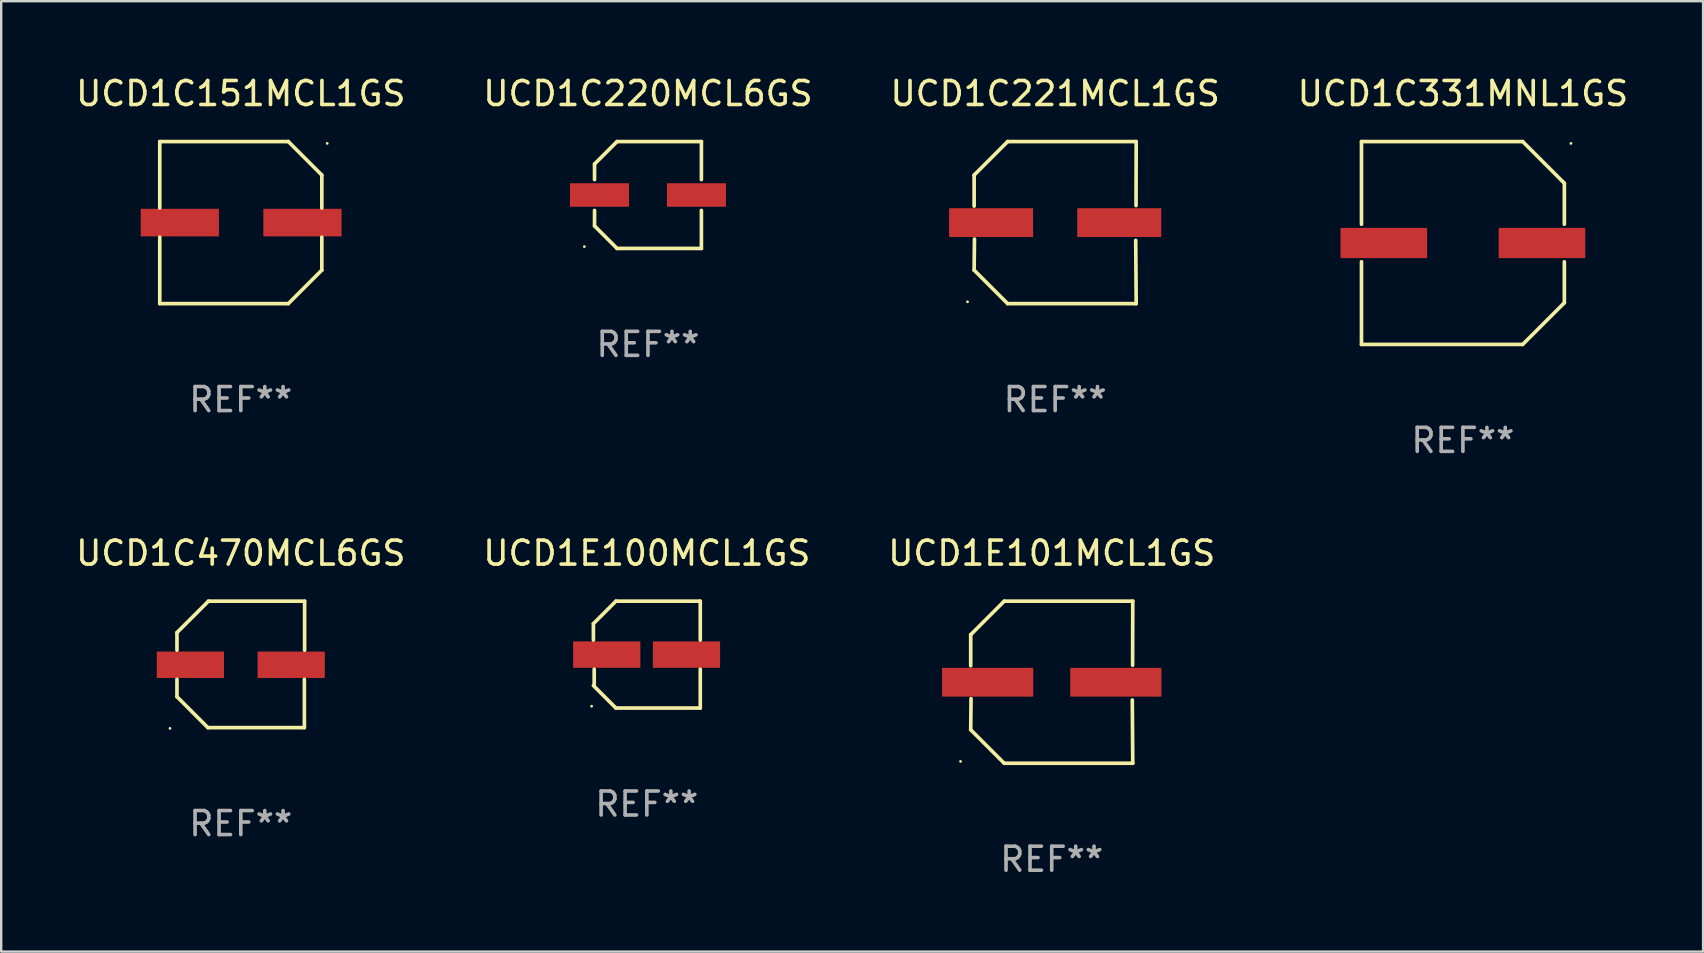
<source format=kicad_pcb>
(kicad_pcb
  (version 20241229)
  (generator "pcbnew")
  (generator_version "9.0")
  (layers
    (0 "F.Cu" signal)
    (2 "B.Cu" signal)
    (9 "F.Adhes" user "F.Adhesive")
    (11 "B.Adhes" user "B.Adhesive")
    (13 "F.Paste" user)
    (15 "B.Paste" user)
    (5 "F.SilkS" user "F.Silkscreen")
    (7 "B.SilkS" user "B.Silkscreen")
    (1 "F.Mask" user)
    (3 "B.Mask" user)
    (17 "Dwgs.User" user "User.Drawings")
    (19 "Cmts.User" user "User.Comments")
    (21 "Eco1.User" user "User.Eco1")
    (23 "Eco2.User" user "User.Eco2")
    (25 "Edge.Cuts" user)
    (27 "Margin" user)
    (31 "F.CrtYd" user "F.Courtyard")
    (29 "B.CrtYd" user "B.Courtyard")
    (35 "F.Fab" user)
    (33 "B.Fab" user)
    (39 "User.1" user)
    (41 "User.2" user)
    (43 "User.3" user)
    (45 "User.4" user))
  (footprint "UCD1C331MNL1GS"
    (layer "F.Cu")
    (at 57.899 7.074)
    (property "Reference" "UCD1C331MNL1GS" (at 0 -6.226 0) (layer "F.SilkS") (effects (font (size 1 1) (thickness 0.15))))
    (attr through_hole)
    (fp_line (start -4.226 -4.226) (end 2.49 -4.226) (stroke (width 0.152) (type solid)) (layer "F.SilkS"))
    (fp_line (start -4.226 -0.782) (end -4.226 -4.226) (stroke (width 0.152) (type solid)) (layer "F.SilkS"))
    (fp_line (start -4.226 0.782) (end -4.226 4.226) (stroke (width 0.152) (type solid)) (layer "F.SilkS"))
    (fp_line (start -4.226 4.226) (end 2.49 4.226) (stroke (width 0.152) (type solid)) (layer "F.SilkS"))
    (fp_line (start 2.49 -4.226) (end 4.226 -2.49) (stroke (width 0.152) (type solid)) (layer "F.SilkS"))
    (fp_line (start 2.49 4.226) (end 4.226 2.49) (stroke (width 0.152) (type solid)) (layer "F.SilkS"))
    (fp_line (start 4.226 -2.49) (end 4.226 -0.782) (stroke (width 0.152) (type solid)) (layer "F.SilkS"))
    (fp_line (start 4.226 2.49) (end 4.226 0.782) (stroke (width 0.152) (type solid)) (layer "F.SilkS"))
    (fp_circle (center 4.5 -4.15) (end 4.53 -4.15) (stroke (width 0.06) (type solid)) (fill no) (layer "F.SilkS"))
    (fp_text user "REF**" (at 0 8.226 0) (layer "F.Fab") (effects (font (size 1 1) (thickness 0.15))))
    (pad "1" smd rect (at 3.295 0 180) (size 3.61 1.26) (layers "F.Cu" "F.Mask" "F.Paste"))
    (pad "2" smd rect (at -3.295 0 180) (size 3.61 1.26) (layers "F.Cu" "F.Mask" "F.Paste")))
  (footprint "UCD1C221MCL1GS"
    (layer "F.Cu")
    (at 40.911 6.224)
    (property "Reference" "UCD1C221MCL1GS" (at 0 -5.376 0) (layer "F.SilkS") (effects (font (size 1 1) (thickness 0.15))))
    (attr through_hole)
    (fp_line (start -3.376 -1.98) (end -3.376 -0.686) (stroke (width 0.152) (type solid)) (layer "F.SilkS"))
    (fp_line (start -3.376 1.981) (end -3.362 0.686) (stroke (width 0.152) (type solid)) (layer "F.SilkS"))
    (fp_line (start -1.981 3.376) (end -3.376 1.981) (stroke (width 0.152) (type solid)) (layer "F.SilkS"))
    (fp_line (start -1.98 -3.376) (end -3.376 -1.98) (stroke (width 0.152) (type solid)) (layer "F.SilkS"))
    (fp_line (start 3.356 0.74) (end 3.376 3.376) (stroke (width 0.152) (type solid)) (layer "F.SilkS"))
    (fp_line (start 3.369 -0.707) (end 3.376 -3.376) (stroke (width 0.152) (type solid)) (layer "F.SilkS"))
    (fp_line (start 3.376 3.376) (end -1.981 3.376) (stroke (width 0.152) (type solid)) (layer "F.SilkS"))
    (fp_line (start 3.376 -3.376) (end -1.98 -3.376) (stroke (width 0.152) (type solid)) (layer "F.SilkS"))
    (fp_circle (center -3.652 3.3) (end -3.622 3.3) (stroke (width 0.06) (type solid)) (fill no) (layer "F.SilkS"))
    (fp_text user "REF**" (at 0 7.376 0) (layer "F.Fab") (effects (font (size 1 1) (thickness 0.15))))
    (pad "1" smd rect (at -2.67 0.000229) (size 3.5 1.2) (layers "F.Cu" "F.Mask" "F.Paste"))
    (pad "2" smd rect (at 2.67 0.000229) (size 3.5 1.2) (layers "F.Cu" "F.Mask" "F.Paste")))
  (footprint "UCD1C470MCL6GS"
    (layer "F.Cu")
    (at 6.982 24.631)
    (property "Reference" "UCD1C470MCL6GS" (at 0 -4.634 0) (layer "F.SilkS") (effects (font (size 1 1) (thickness 0.15))))
    (attr through_hole)
    (fp_line (start -2.659 -1.326) (end -2.659 -0.592) (stroke (width 0.152) (type solid)) (layer "F.SilkS"))
    (fp_line (start -2.659 1.346) (end -2.659 0.622) (stroke (width 0.152) (type solid)) (layer "F.SilkS"))
    (fp_line (start -1.372 2.634) (end -2.659 1.346) (stroke (width 0.152) (type solid)) (layer "F.SilkS"))
    (fp_line (start -1.349 -2.634) (end -2.659 -1.326) (stroke (width 0.152) (type solid)) (layer "F.SilkS"))
    (fp_line (start 2.649 0.622) (end 2.649 2.634) (stroke (width 0.152) (type solid)) (layer "F.SilkS"))
    (fp_line (start 2.649 2.634) (end -1.372 2.634) (stroke (width 0.152) (type solid)) (layer "F.SilkS"))
    (fp_line (start 2.659 -2.634) (end -1.349 -2.634) (stroke (width 0.152) (type solid)) (layer "F.SilkS"))
    (fp_line (start 2.659 -0.592) (end 2.659 -2.634) (stroke (width 0.152) (type solid)) (layer "F.SilkS"))
    (fp_circle (center -2.95 2.665) (end -2.92 2.665) (stroke (width 0.06) (type solid)) (fill no) (layer "F.SilkS"))
    (fp_text user "REF**" (at 0 6.634 0) (layer "F.Fab") (effects (font (size 1 1) (thickness 0.15))))
    (pad "1" smd rect (at -2.1 0.015) (size 2.8 1.1) (layers "F.Cu" "F.Mask" "F.Paste"))
    (pad "2" smd rect (at 2.1 0.015) (size 2.8 1.1) (layers "F.Cu" "F.Mask" "F.Paste")))
  (footprint "UCD1C151MCL1GS"
    (layer "F.Cu")
    (at 6.982 6.224)
    (property "Reference" "UCD1C151MCL1GS" (at 0 -5.376 0) (layer "F.SilkS") (effects (font (size 1 1) (thickness 0.15))))
    (attr through_hole)
    (fp_line (start -3.376 -3.376) (end 1.98 -3.376) (stroke (width 0.152) (type solid)) (layer "F.SilkS"))
    (fp_line (start -3.376 -0.607) (end -3.376 -3.376) (stroke (width 0.152) (type solid)) (layer "F.SilkS"))
    (fp_line (start -3.376 0.607) (end -3.376 3.376) (stroke (width 0.152) (type solid)) (layer "F.SilkS"))
    (fp_line (start -3.376 3.376) (end 1.98 3.376) (stroke (width 0.152) (type solid)) (layer "F.SilkS"))
    (fp_line (start 1.98 -3.376) (end 3.376 -1.98) (stroke (width 0.152) (type solid)) (layer "F.SilkS"))
    (fp_line (start 1.98 3.376) (end 3.376 1.98) (stroke (width 0.152) (type solid)) (layer "F.SilkS"))
    (fp_line (start 3.376 -1.98) (end 3.376 -0.607) (stroke (width 0.152) (type solid)) (layer "F.SilkS"))
    (fp_line (start 3.376 1.98) (end 3.376 0.607) (stroke (width 0.152) (type solid)) (layer "F.SilkS"))
    (fp_circle (center 3.6 -3.3) (end 3.63 -3.3) (stroke (width 0.06) (type solid)) (fill no) (layer "F.SilkS"))
    (fp_text user "REF**" (at 0 7.376 0) (layer "F.Fab") (effects (font (size 1 1) (thickness 0.15))))
    (pad "1" smd rect (at 2.57 0 180) (size 3.26 1.15) (layers "F.Cu" "F.Mask" "F.Paste"))
    (pad "2" smd rect (at -2.54 0 180) (size 3.26 1.15) (layers "F.Cu" "F.Mask" "F.Paste")))
  (footprint "UCD1E101MCL1GS"
    (layer "F.Cu")
    (at 40.768 25.373)
    (property "Reference" "UCD1E101MCL1GS" (at 0 -5.376 0) (layer "F.SilkS") (effects (font (size 1 1) (thickness 0.15))))
    (attr through_hole)
    (fp_line (start -3.376 -1.98) (end -3.376 -0.686) (stroke (width 0.152) (type solid)) (layer "F.SilkS"))
    (fp_line (start -3.376 1.981) (end -3.362 0.686) (stroke (width 0.152) (type solid)) (layer "F.SilkS"))
    (fp_line (start -1.981 3.376) (end -3.376 1.981) (stroke (width 0.152) (type solid)) (layer "F.SilkS"))
    (fp_line (start -1.98 -3.376) (end -3.376 -1.98) (stroke (width 0.152) (type solid)) (layer "F.SilkS"))
    (fp_line (start 3.356 0.74) (end 3.376 3.376) (stroke (width 0.152) (type solid)) (layer "F.SilkS"))
    (fp_line (start 3.369 -0.707) (end 3.376 -3.376) (stroke (width 0.152) (type solid)) (layer "F.SilkS"))
    (fp_line (start 3.376 3.376) (end -1.981 3.376) (stroke (width 0.152) (type solid)) (layer "F.SilkS"))
    (fp_line (start 3.376 -3.376) (end -1.98 -3.376) (stroke (width 0.152) (type solid)) (layer "F.SilkS"))
    (fp_circle (center -3.8 3.3) (end -3.77 3.3) (stroke (width 0.06) (type solid)) (fill no) (layer "F.SilkS"))
    (fp_text user "REF**" (at 0 7.376 0) (layer "F.Fab") (effects (font (size 1 1) (thickness 0.15))))
    (pad "1" smd rect (at -2.67 0.000254) (size 3.8 1.2) (layers "F.Cu" "F.Mask" "F.Paste"))
    (pad "2" smd rect (at 2.67 0.000254) (size 3.8 1.2) (layers "F.Cu" "F.Mask" "F.Paste")))
  (footprint "UCD1E100MCL1GS"
    (layer "F.Cu")
    (at 23.899 24.223)
    (property "Reference" "UCD1E100MCL1GS" (at 0 -4.226 0) (layer "F.SilkS") (effects (font (size 1 1) (thickness 0.15))))
    (attr through_hole)
    (fp_line (start -2.226 -1.29) (end -2.226 -0.607) (stroke (width 0.152) (type solid)) (layer "F.SilkS"))
    (fp_line (start -2.193 1.29) (end -2.193 0.607) (stroke (width 0.152) (type solid)) (layer "F.SilkS"))
    (fp_line (start -1.29 2.226) (end -2.226 1.29) (stroke (width 0.152) (type solid)) (layer "F.SilkS"))
    (fp_line (start -1.29 -2.226) (end -2.226 -1.29) (stroke (width 0.152) (type solid)) (layer "F.SilkS"))
    (fp_line (start 2.226 -2.226) (end -1.29 -2.226) (stroke (width 0.152) (type solid)) (layer "F.SilkS"))
    (fp_line (start 2.226 -0.607) (end 2.226 -2.226) (stroke (width 0.152) (type solid)) (layer "F.SilkS"))
    (fp_line (start 2.226 0.607) (end 2.226 2.226) (stroke (width 0.152) (type solid)) (layer "F.SilkS"))
    (fp_line (start 2.226 2.226) (end -1.29 2.226) (stroke (width 0.152) (type solid)) (layer "F.SilkS"))
    (fp_circle (center -2.3 2.15) (end -2.27 2.15) (stroke (width 0.06) (type solid)) (fill no) (layer "F.SilkS"))
    (fp_text user "REF**" (at 0 6.226 0) (layer "F.Fab") (effects (font (size 1 1) (thickness 0.15))))
    (pad "1" smd rect (at -1.67 -0.000025) (size 2.8 1.1) (layers "F.Cu" "F.Mask" "F.Paste"))
    (pad "2" smd rect (at 1.651 -0.000025) (size 2.8 1.1) (layers "F.Cu" "F.Mask" "F.Paste")))
  (footprint "UCD1C220MCL6GS"
    (layer "F.Cu")
    (at 23.946 5.074)
    (property "Reference" "UCD1C220MCL6GS" (at 0 -4.226 0) (layer "F.SilkS") (effects (font (size 1 1) (thickness 0.15))))
    (attr through_hole)
    (fp_line (start -2.226 -1.29) (end -1.29 -2.226) (stroke (width 0.152) (type solid)) (layer "F.SilkS"))
    (fp_line (start -2.226 -0.642) (end -2.226 -1.29) (stroke (width 0.152) (type solid)) (layer "F.SilkS"))
    (fp_line (start -2.226 0.642) (end -2.226 1.29) (stroke (width 0.152) (type solid)) (layer "F.SilkS"))
    (fp_line (start -2.226 1.29) (end -1.29 2.226) (stroke (width 0.152) (type solid)) (layer "F.SilkS"))
    (fp_line (start -1.29 -2.226) (end 2.226 -2.226) (stroke (width 0.152) (type solid)) (layer "F.SilkS"))
    (fp_line (start -1.29 2.226) (end 2.226 2.226) (stroke (width 0.152) (type solid)) (layer "F.SilkS"))
    (fp_line (start 2.226 -2.226) (end 2.226 -0.642) (stroke (width 0.152) (type solid)) (layer "F.SilkS"))
    (fp_line (start 2.226 2.226) (end 2.226 0.642) (stroke (width 0.152) (type solid)) (layer "F.SilkS"))
    (fp_circle (center -2.65 2.15) (end -2.62 2.15) (stroke (width 0.06) (type solid)) (fill no) (layer "F.SilkS"))
    (fp_text user "REF**" (at 0 6.226 0) (layer "F.Fab") (effects (font (size 1 1) (thickness 0.15))))
    (pad "1" smd rect (at -2.02 -0.000013) (size 2.46 0.98) (layers "F.Cu" "F.Mask" "F.Paste"))
    (pad "2" smd rect (at 2.02 -0.000013) (size 2.46 0.98) (layers "F.Cu" "F.Mask" "F.Paste")))
  (gr_rect
    (start -3 -3)
    (end 67.905 36.597)
    (stroke (width 0.1) (type default))
    (fill no)
    (layer "Edge.Cuts")))
</source>
